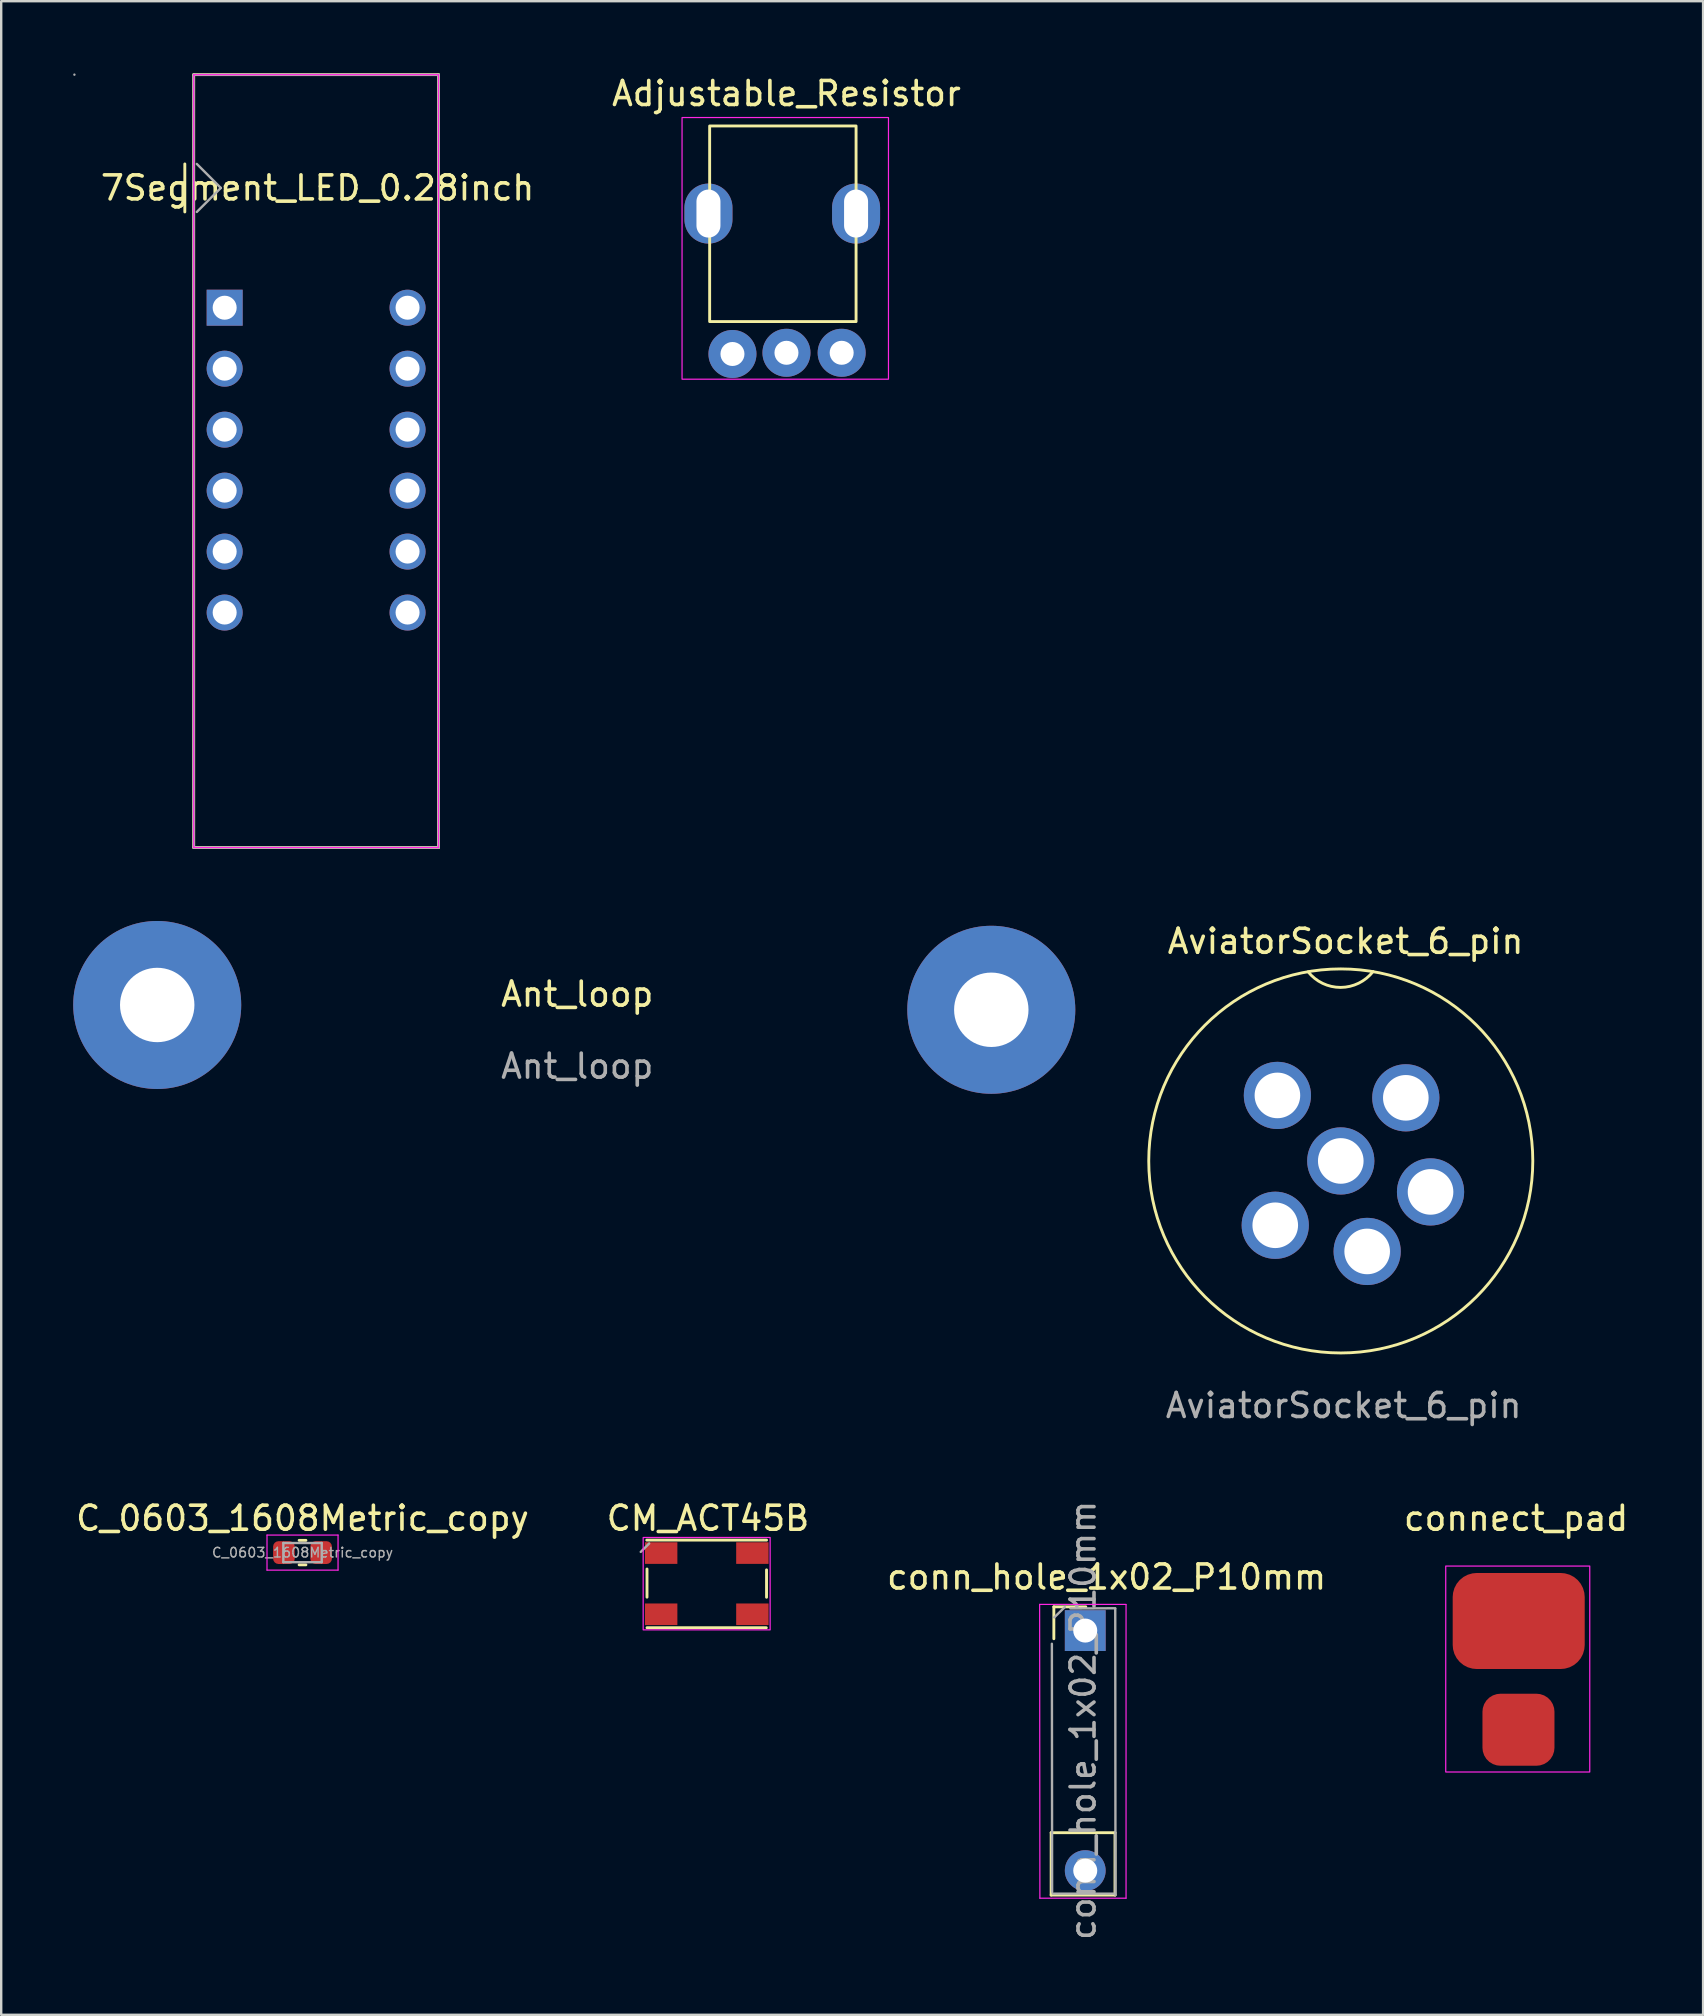
<source format=kicad_pcb>
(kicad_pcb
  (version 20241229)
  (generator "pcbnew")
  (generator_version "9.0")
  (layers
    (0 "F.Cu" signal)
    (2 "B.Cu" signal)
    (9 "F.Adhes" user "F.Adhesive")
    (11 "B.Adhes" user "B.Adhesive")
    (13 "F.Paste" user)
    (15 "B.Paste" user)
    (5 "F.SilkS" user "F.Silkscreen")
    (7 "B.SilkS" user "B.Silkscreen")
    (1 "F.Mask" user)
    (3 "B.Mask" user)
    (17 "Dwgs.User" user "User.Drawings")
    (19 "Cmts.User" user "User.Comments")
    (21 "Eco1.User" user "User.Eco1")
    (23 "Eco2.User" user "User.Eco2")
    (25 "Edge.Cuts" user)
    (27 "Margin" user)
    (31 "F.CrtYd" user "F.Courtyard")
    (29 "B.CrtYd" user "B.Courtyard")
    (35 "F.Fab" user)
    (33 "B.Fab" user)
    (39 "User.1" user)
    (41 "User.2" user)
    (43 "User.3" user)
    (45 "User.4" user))
  (footprint "conn_hole_1x02_P10mm"
    (layer "F.Cu")
    (at 42.164 69.884)
    (property "Reference" "conn_hole_1x02_P10mm" (at 0.89 -7.23 0) (unlocked yes) (layer "F.SilkS") (effects (font (size 1 1) (thickness 0.15))))
    (attr smd)
    (fp_line (start -1.42 3.42) (end -1.42 6.02) (stroke (width 0.12) (type solid)) (layer "F.SilkS"))
    (fp_line (start -1.42 3.42) (end 1.24 3.42) (stroke (width 0.12) (type solid)) (layer "F.SilkS"))
    (fp_line (start -1.42 6.02) (end 1.24 6.02) (stroke (width 0.12) (type solid)) (layer "F.SilkS"))
    (fp_line (start -1.308 -5.99) (end 0.022 -5.99) (stroke (width 0.12) (type solid)) (layer "F.SilkS"))
    (fp_line (start -1.308 -4.66) (end -1.308 -5.99) (stroke (width 0.12) (type solid)) (layer "F.SilkS"))
    (fp_line (start 1.24 3.42) (end 1.24 6.02) (stroke (width 0.12) (type solid)) (layer "F.SilkS"))
    (fp_line (start -1.9 -6.09) (end -1.89 6.15) (stroke (width 0.05) (type solid)) (layer "F.CrtYd"))
    (fp_line (start -1.89 6.15) (end 1.7 6.15) (stroke (width 0.05) (type solid)) (layer "F.CrtYd"))
    (fp_line (start 1.7 -6.09) (end -1.9 -6.09) (stroke (width 0.05) (type solid)) (layer "F.CrtYd"))
    (fp_line (start 1.7 6.15) (end 1.7 -6.08) (stroke (width 0.05) (type solid)) (layer "F.CrtYd"))
    (fp_line (start -1.38 5.89) (end -1.39 -4.45) (stroke (width 0.1) (type solid)) (layer "F.Fab"))
    (fp_line (start -1.29 -5.55) (end -0.85 -5.98) (stroke (width 0.1) (type solid)) (layer "F.Fab"))
    (fp_line (start -0.62 -5.92) (end 1.25 -5.93) (stroke (width 0.1) (type solid)) (layer "F.Fab"))
    (fp_line (start 1.18 5.96) (end -1.36 5.96) (stroke (width 0.1) (type solid)) (layer "F.Fab"))
    (fp_line (start 1.25 -5.91) (end 1.26 6.02) (stroke (width 0.1) (type solid)) (layer "F.Fab"))
    (fp_text user "${REFERENCE}" (at -0.09 -1.26 90) (layer "F.Fab") (effects (font (size 1 1) (thickness 0.15))))
    (pad "1" thru_hole rect (at 0 -5) (size 1.7 1.7) (drill 1) (layers "*.Cu" "*.Mask"))
    (pad "2" thru_hole oval (at 0 5) (size 1.7 1.7) (drill 1) (layers "*.Cu" "*.Mask")))
  (footprint "AviatorSocket_6_pin"
    (layer "F.Cu")
    (at 52.81 45.318)
    (property "Reference" "AviatorSocket_6_pin" (at 0.2 -9.15 0) (unlocked yes) (layer "F.SilkS") (effects (font (size 1 1) (thickness 0.15))))
    (attr through_hole)
    (fp_arc (start 1.344982 -7.89) (mid -0.005087 -7.229799) (end -1.36 -7.88) (stroke (width 0.12) (type solid)) (layer "F.SilkS"))
    (fp_circle (center 0 0) (end 8 0) (stroke (width 0.12) (type solid)) (fill no) (layer "F.SilkS"))
    (fp_text user "${REFERENCE}" (at 0.12 10.19 0) (unlocked yes) (layer "F.Fab") (effects (font (size 1 1) (thickness 0.15))))
    (pad "1" thru_hole circle (at 2.71 -2.63) (size 2.8 2.8) (drill 1.9) (layers "*.Cu" "*.Mask"))
    (pad "2" thru_hole circle (at 3.74 1.29) (size 2.8 2.8) (drill 1.9) (layers "*.Cu" "*.Mask"))
    (pad "3" thru_hole circle (at 1.1 3.77) (size 2.8 2.8) (drill 1.9) (layers "*.Cu" "*.Mask"))
    (pad "4" thru_hole circle (at -2.73 2.68) (size 2.8 2.8) (drill 1.9) (layers "*.Cu" "*.Mask"))
    (pad "5" thru_hole circle (at -2.64 -2.73) (size 2.8 2.8) (drill 1.9) (layers "*.Cu" "*.Mask"))
    (pad "6" thru_hole circle (at 0 0) (size 2.8 2.8) (drill 1.9) (layers "*.Cu" "*.Mask")))
  (footprint "Adjustable_Resistor"
    (layer "F.Cu")
    (at 29.666 6.998)
    (property "Reference" "Adjustable_Resistor" (at 0.05 -6.15 0) (unlocked yes) (layer "F.SilkS") (effects (font (size 1 1) (thickness 0.15))))
    (attr smd)
    (fp_rect (start -3.15 -4.8) (end 2.95 3.35) (stroke (width 0.12) (type solid)) (fill no) (layer "F.SilkS"))
    (fp_rect (start -4.3 -5.15) (end 4.3 5.75) (stroke (width 0.05) (type solid)) (fill no) (layer "F.CrtYd"))
    (pad "1" thru_hole circle (at 0.05 4.65) (size 2 2) (drill 1) (layers "*.Cu" "*.Mask"))
    (pad "2" thru_hole circle (at 2.35 4.65) (size 2 2) (drill 1) (layers "*.Cu" "*.Mask"))
    (pad "3" thru_hole circle (at -2.2 4.7) (size 2 2) (drill 1) (layers "*.Cu" "*.Mask"))
    (pad "A" thru_hole oval (at -3.2 -1.15) (size 2 2.5) (drill oval 1 2) (layers "*.Cu" "*.Mask"))
    (pad "A" thru_hole oval (at 2.95 -1.15) (size 2 2.5) (drill oval 1 2) (layers "*.Cu" "*.Mask")))
  (footprint "Ant_loop"
    (layer "F.Cu")
    (at 21 38.87)
    (property "Reference" "Ant_loop" (at 0 -0.5 0) (unlocked yes) (layer "F.SilkS") (effects (font (size 1 1) (thickness 0.15))))
    (attr smd)
    (fp_text user "${REFERENCE}" (at 0 2.5 0) (unlocked yes) (layer "F.Fab") (effects (font (size 1 1) (thickness 0.15))))
    (pad "1" thru_hole circle (at -17.5 -0.05) (size 7 7) (drill 3.1) (layers "*.Cu" "*.Mask"))
    (pad "2" thru_hole circle (at 17.25 0.15) (size 7 7) (drill 3.1) (layers "*.Cu" "*.Mask")))
  (footprint "C_0603_1608Metric_copy"
    (layer "F.Cu")
    (at 9.554 61.635)
    (property "Reference" "C_0603_1608Metric_copy" (at 0 -1.43 0) (layer "F.SilkS") (effects (font (size 1 1) (thickness 0.15))))
    (attr smd)
    (fp_line (start -0.141 -0.51) (end 0.141 -0.51) (stroke (width 0.12) (type solid)) (layer "F.SilkS"))
    (fp_line (start -0.141 0.51) (end 0.141 0.51) (stroke (width 0.12) (type solid)) (layer "F.SilkS"))
    (fp_line (start -1.48 -0.73) (end 1.48 -0.73) (stroke (width 0.05) (type solid)) (layer "F.CrtYd"))
    (fp_line (start -1.48 0.73) (end -1.48 -0.73) (stroke (width 0.05) (type solid)) (layer "F.CrtYd"))
    (fp_line (start 1.48 -0.73) (end 1.48 0.73) (stroke (width 0.05) (type solid)) (layer "F.CrtYd"))
    (fp_line (start 1.48 0.73) (end -1.48 0.73) (stroke (width 0.05) (type solid)) (layer "F.CrtYd"))
    (fp_line (start -0.8 -0.4) (end 0.8 -0.4) (stroke (width 0.1) (type solid)) (layer "F.Fab"))
    (fp_line (start -0.8 0.4) (end -0.8 -0.4) (stroke (width 0.1) (type solid)) (layer "F.Fab"))
    (fp_line (start 0.8 -0.4) (end 0.8 0.4) (stroke (width 0.1) (type solid)) (layer "F.Fab"))
    (fp_line (start 0.8 0.4) (end -0.8 0.4) (stroke (width 0.1) (type solid)) (layer "F.Fab"))
    (fp_text user "${REFERENCE}" (at 0 0 0) (layer "F.Fab") (effects (font (size 0.4 0.4) (thickness 0.06))))
    (pad "1" smd roundrect (at -0.775 0) (size 0.9 0.95) (layers "F.Cu" "F.Mask" "F.Paste") (roundrect_rratio 0.25))
    (pad "2" smd roundrect (at 0.775 0) (size 0.9 0.95) (layers "F.Cu" "F.Mask" "F.Paste") (roundrect_rratio 0.25)))
  (footprint "CM_ACT45B"
    (layer "F.Cu")
    (at 26.396 62.955)
    (property "Reference" "CM_ACT45B" (at 0.05 -2.75 0) (unlocked yes) (layer "F.SilkS") (effects (font (size 1 1) (thickness 0.15))))
    (attr through_hole)
    (fp_line (start -2.5 -1.84) (end 2.49 -1.84) (stroke (width 0.12) (type solid)) (layer "F.SilkS"))
    (fp_line (start -2.49 0.537) (end -2.49 -0.637) (stroke (width 0.12) (type solid)) (layer "F.SilkS"))
    (fp_line (start -2.49 1.81) (end 2.48 1.81) (stroke (width 0.12) (type solid)) (layer "F.SilkS"))
    (fp_line (start 2.49 0.541) (end 2.49 -0.601) (stroke (width 0.12) (type solid)) (layer "F.SilkS"))
    (fp_rect (start -2.65 -1.95) (end 2.64 1.9) (stroke (width 0.05) (type solid)) (fill no) (layer "F.CrtYd"))
    (fp_line (start -2.4 -1.7) (end -2.75 -1.35) (stroke (width 0.1) (type solid)) (layer "F.Fab"))
    (pad "1" smd rect (at -1.9 -1.3) (size 1.35 0.9) (layers "F.Cu" "F.Mask" "F.Paste"))
    (pad "2" smd rect (at -1.9 1.25) (size 1.35 0.9) (layers "F.Cu" "F.Mask" "F.Paste"))
    (pad "3" smd rect (at 1.9 1.25) (size 1.35 0.9) (layers "F.Cu" "F.Mask" "F.Paste"))
    (pad "4" smd rect (at 1.9 -1.3) (size 1.35 0.9) (layers "F.Cu" "F.Mask" "F.Paste")))
  (footprint "7Segment_LED_0.28inch"
    (layer "F.Cu")
    (at 10.12 16.16)
    (property "Reference" "7Segment_LED_0.28inch" (at 0.06 -11.38 0) (unlocked yes) (layer "F.SilkS") (effects (font (size 1 1) (thickness 0.15))))
    (attr through_hole)
    (fp_line (start -5.47 -12.38) (end -5.47 -10.38) (stroke (width 0.12) (type solid)) (layer "F.SilkS"))
    (fp_line (start -5.1 -16.1) (end -5.1 16.1) (stroke (width 0.12) (type solid)) (layer "F.SilkS"))
    (fp_line (start -5.1 -16.1) (end 5.1 -16.1) (stroke (width 0.12) (type solid)) (layer "F.SilkS"))
    (fp_line (start -5.1 16.1) (end 5.1 16.1) (stroke (width 0.12) (type solid)) (layer "F.SilkS"))
    (fp_line (start 5.1 16.1) (end 5.1 -16.1) (stroke (width 0.12) (type solid)) (layer "F.SilkS"))
    (fp_line (start -5.1 -16.1) (end 5.1 -16.1) (stroke (width 0.05) (type solid)) (layer "F.CrtYd"))
    (fp_line (start -5.1 16.1) (end -5.1 -16.1) (stroke (width 0.05) (type solid)) (layer "F.CrtYd"))
    (fp_line (start 5.1 -16.1) (end 5.1 16.1) (stroke (width 0.05) (type solid)) (layer "F.CrtYd"))
    (fp_line (start 5.1 16.1) (end -5.1 16.1) (stroke (width 0.05) (type solid)) (layer "F.CrtYd"))
    (fp_line (start -10.07 -16.1) (end -10.07 -16.1) (stroke (width 0.1) (type solid)) (layer "F.Fab"))
    (fp_line (start -5.1 -16.1) (end -5.1 16.1) (stroke (width 0.1) (type solid)) (layer "F.Fab"))
    (fp_line (start -5.1 -16.1) (end 5.1 -16.1) (stroke (width 0.1) (type solid)) (layer "F.Fab"))
    (fp_line (start -5.1 16.1) (end 5.1 16.1) (stroke (width 0.1) (type solid)) (layer "F.Fab"))
    (fp_line (start -4.97 -10.38) (end -3.97 -11.38) (stroke (width 0.1) (type solid)) (layer "F.Fab"))
    (fp_line (start -3.97 -11.38) (end -4.97 -12.38) (stroke (width 0.1) (type solid)) (layer "F.Fab"))
    (fp_line (start 5.1 -16.1) (end 5.1 16.1) (stroke (width 0.1) (type solid)) (layer "F.Fab"))
    (pad "1" thru_hole rect (at -3.81 -6.39) (size 1.5 1.5) (drill 1) (layers "*.Cu" "*.Mask"))
    (pad "2" thru_hole circle (at -3.81 -3.85) (size 1.5 1.5) (drill 1) (layers "*.Cu" "*.Mask"))
    (pad "3" thru_hole circle (at -3.81 -1.31) (size 1.5 1.5) (drill 1) (layers "*.Cu" "*.Mask"))
    (pad "4" thru_hole circle (at -3.81 1.23) (size 1.5 1.5) (drill 1) (layers "*.Cu" "*.Mask"))
    (pad "5" thru_hole circle (at -3.81 3.77) (size 1.5 1.5) (drill 1) (layers "*.Cu" "*.Mask"))
    (pad "6" thru_hole circle (at -3.81 6.31) (size 1.5 1.5) (drill 1) (layers "*.Cu" "*.Mask"))
    (pad "7" thru_hole circle (at 3.81 6.31) (size 1.5 1.5) (drill 1) (layers "*.Cu" "*.Mask"))
    (pad "8" thru_hole circle (at 3.81 3.77) (size 1.5 1.5) (drill 1) (layers "*.Cu" "*.Mask"))
    (pad "9" thru_hole circle (at 3.81 1.23) (size 1.5 1.5) (drill 1) (layers "*.Cu" "*.Mask"))
    (pad "10" thru_hole circle (at 3.81 -1.31) (size 1.5 1.5) (drill 1) (layers "*.Cu" "*.Mask"))
    (pad "11" thru_hole circle (at 3.81 -3.85) (size 1.5 1.5) (drill 1) (layers "*.Cu" "*.Mask"))
    (pad "12" thru_hole circle (at 3.81 -6.39) (size 1.5 1.5) (drill 1) (layers "*.Cu" "*.Mask")))
  (footprint "connect_pad"
    (layer "F.Cu")
    (at 60.223 67.105)
    (property "Reference" "connect_pad" (at -0.11 -6.9 0) (unlocked yes) (layer "F.SilkS") (effects (font (size 1 1) (thickness 0.15))))
    (attr smd)
    (fp_rect (start -3.04 -4.91) (end 2.96 3.67) (stroke (width 0.05) (type solid)) (fill no) (layer "F.CrtYd"))
    (pad "1" smd roundrect (at -0.01 1.91) (size 3 3) (layers "F.Cu" "F.Mask" "F.Paste") (roundrect_rratio 0.25))
    (pad "2" smd roundrect (at 0 -2.62) (size 5.5 4) (layers "F.Cu" "F.Mask" "F.Paste") (roundrect_rratio 0.25)))
  (gr_rect
    (start -3 -3)
    (end 67.905 80.892)
    (stroke (width 0.1) (type default))
    (fill no)
    (layer "Edge.Cuts")))
</source>
